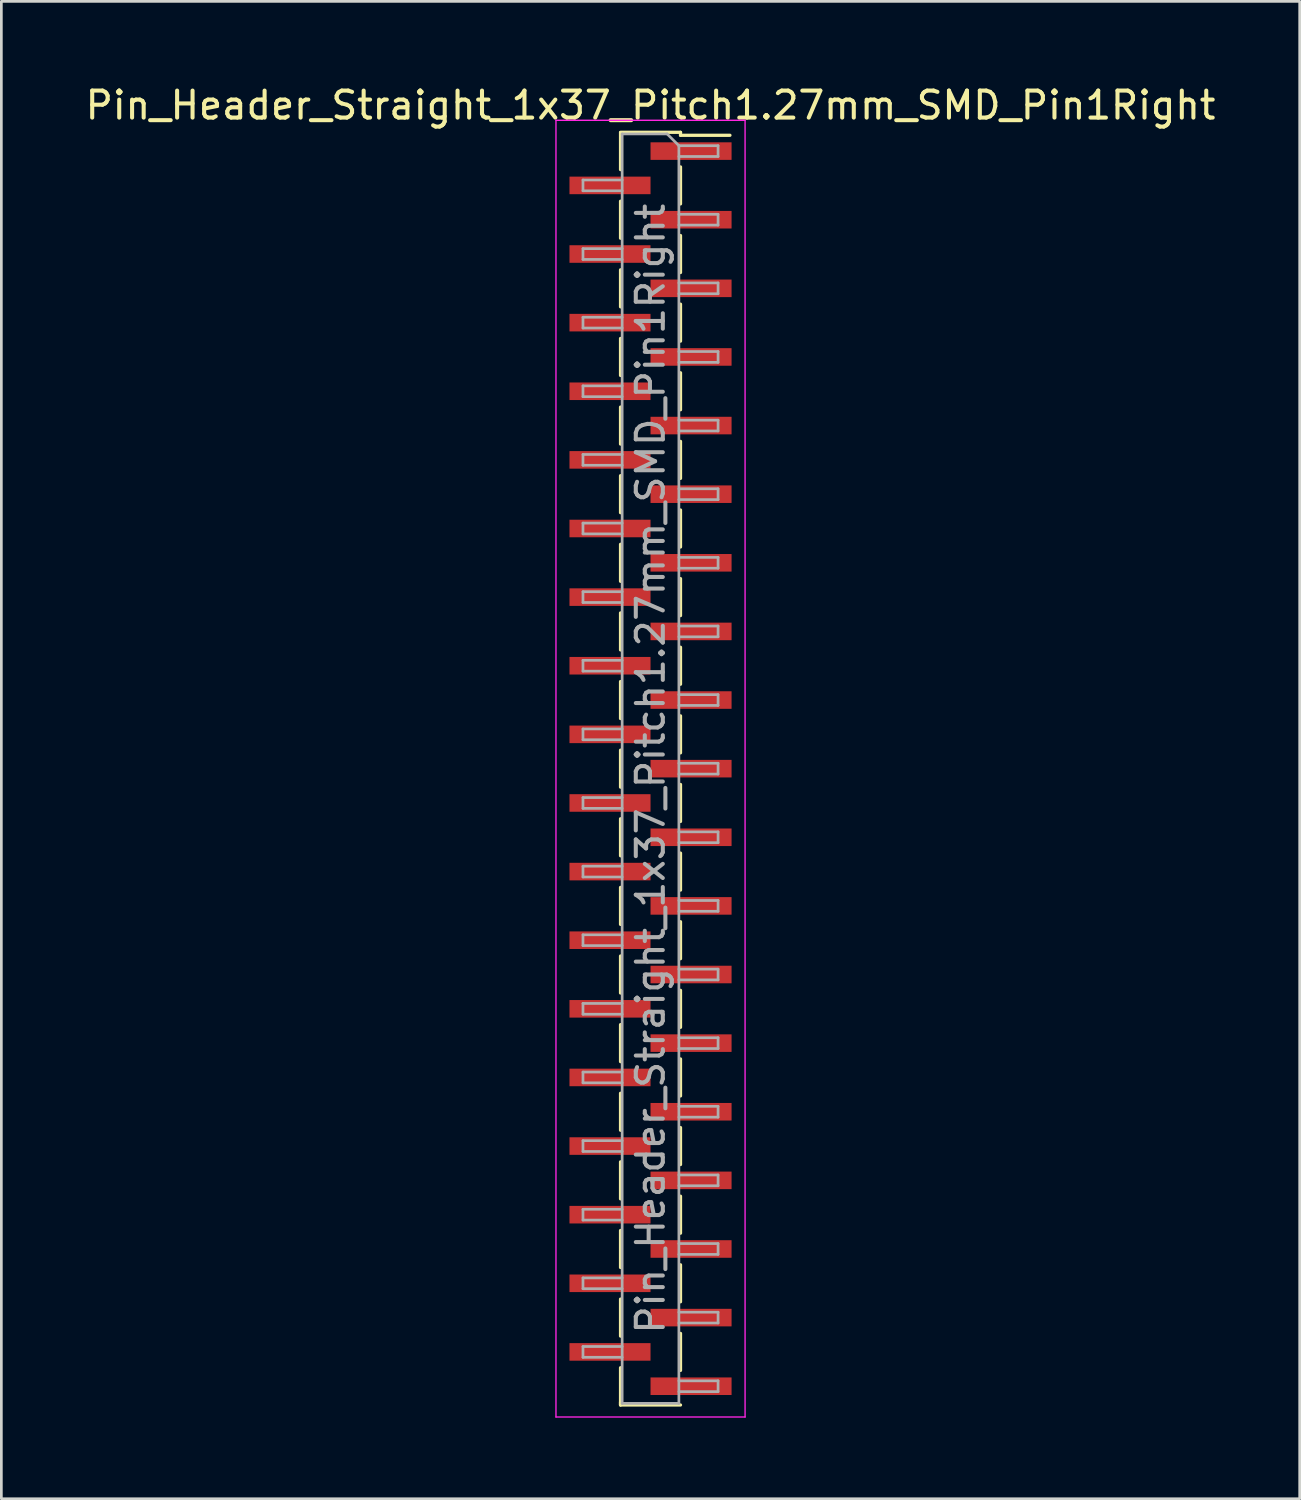
<source format=kicad_pcb>
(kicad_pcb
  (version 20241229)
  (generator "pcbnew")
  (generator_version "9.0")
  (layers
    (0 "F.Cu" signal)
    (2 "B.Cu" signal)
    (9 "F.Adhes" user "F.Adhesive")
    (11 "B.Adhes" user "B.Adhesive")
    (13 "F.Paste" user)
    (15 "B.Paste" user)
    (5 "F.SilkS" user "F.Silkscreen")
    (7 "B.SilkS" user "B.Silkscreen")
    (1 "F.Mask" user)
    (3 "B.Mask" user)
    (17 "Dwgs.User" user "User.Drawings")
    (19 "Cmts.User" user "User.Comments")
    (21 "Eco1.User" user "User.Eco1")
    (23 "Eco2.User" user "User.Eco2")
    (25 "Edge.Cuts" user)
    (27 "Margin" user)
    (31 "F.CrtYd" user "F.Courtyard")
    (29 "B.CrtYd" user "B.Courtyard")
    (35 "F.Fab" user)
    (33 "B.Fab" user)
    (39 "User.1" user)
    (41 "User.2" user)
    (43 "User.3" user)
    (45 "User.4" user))
  (footprint "Pin_Header_Straight_1x37_Pitch1.27mm_SMD_Pin1Right"
    (layer "F.Cu")
    (at 21.03 25.403)
    (property "Reference" "Pin_Header_Straight_1x37_Pitch1.27mm_SMD_Pin1Right" (at 0 -24.555 0) (layer "F.SilkS") (effects (font (size 1 1) (thickness 0.15))))
    (attr smd)
    (fp_line (start -1.11 -23.555) (end 1.11 -23.555) (stroke (width 0.12) (type solid)) (layer "F.SilkS"))
    (fp_line (start -1.11 -23.545) (end -1.11 -22.175) (stroke (width 0.12) (type solid)) (layer "F.SilkS"))
    (fp_line (start -1.11 -21.005) (end -1.11 -19.635) (stroke (width 0.12) (type solid)) (layer "F.SilkS"))
    (fp_line (start -1.11 -18.465) (end -1.11 -17.095) (stroke (width 0.12) (type solid)) (layer "F.SilkS"))
    (fp_line (start -1.11 -15.925) (end -1.11 -14.555) (stroke (width 0.12) (type solid)) (layer "F.SilkS"))
    (fp_line (start -1.11 -13.385) (end -1.11 -12.015) (stroke (width 0.12) (type solid)) (layer "F.SilkS"))
    (fp_line (start -1.11 -10.845) (end -1.11 -9.475) (stroke (width 0.12) (type solid)) (layer "F.SilkS"))
    (fp_line (start -1.11 -8.305) (end -1.11 -6.935) (stroke (width 0.12) (type solid)) (layer "F.SilkS"))
    (fp_line (start -1.11 -5.765) (end -1.11 -4.395) (stroke (width 0.12) (type solid)) (layer "F.SilkS"))
    (fp_line (start -1.11 -3.225) (end -1.11 -1.855) (stroke (width 0.12) (type solid)) (layer "F.SilkS"))
    (fp_line (start -1.11 -0.685) (end -1.11 0.685) (stroke (width 0.12) (type solid)) (layer "F.SilkS"))
    (fp_line (start -1.11 1.855) (end -1.11 3.225) (stroke (width 0.12) (type solid)) (layer "F.SilkS"))
    (fp_line (start -1.11 4.395) (end -1.11 5.765) (stroke (width 0.12) (type solid)) (layer "F.SilkS"))
    (fp_line (start -1.11 6.935) (end -1.11 8.305) (stroke (width 0.12) (type solid)) (layer "F.SilkS"))
    (fp_line (start -1.11 9.475) (end -1.11 10.845) (stroke (width 0.12) (type solid)) (layer "F.SilkS"))
    (fp_line (start -1.11 12.015) (end -1.11 13.385) (stroke (width 0.12) (type solid)) (layer "F.SilkS"))
    (fp_line (start -1.11 14.555) (end -1.11 15.925) (stroke (width 0.12) (type solid)) (layer "F.SilkS"))
    (fp_line (start -1.11 17.095) (end -1.11 18.465) (stroke (width 0.12) (type solid)) (layer "F.SilkS"))
    (fp_line (start -1.11 19.635) (end -1.11 21.005) (stroke (width 0.12) (type solid)) (layer "F.SilkS"))
    (fp_line (start -1.11 22.175) (end -1.11 23.545) (stroke (width 0.12) (type solid)) (layer "F.SilkS"))
    (fp_line (start -1.11 23.445) (end -1.11 23.555) (stroke (width 0.12) (type solid)) (layer "F.SilkS"))
    (fp_line (start -1.11 23.555) (end 1.11 23.555) (stroke (width 0.12) (type solid)) (layer "F.SilkS"))
    (fp_line (start 1.11 -23.555) (end 1.11 -23.445) (stroke (width 0.12) (type solid)) (layer "F.SilkS"))
    (fp_line (start 1.11 -23.445) (end 2.94 -23.445) (stroke (width 0.12) (type solid)) (layer "F.SilkS"))
    (fp_line (start 1.11 -22.275) (end 1.11 -20.905) (stroke (width 0.12) (type solid)) (layer "F.SilkS"))
    (fp_line (start 1.11 -19.735) (end 1.11 -18.365) (stroke (width 0.12) (type solid)) (layer "F.SilkS"))
    (fp_line (start 1.11 -17.195) (end 1.11 -15.825) (stroke (width 0.12) (type solid)) (layer "F.SilkS"))
    (fp_line (start 1.11 -14.655) (end 1.11 -13.285) (stroke (width 0.12) (type solid)) (layer "F.SilkS"))
    (fp_line (start 1.11 -12.115) (end 1.11 -10.745) (stroke (width 0.12) (type solid)) (layer "F.SilkS"))
    (fp_line (start 1.11 -9.575) (end 1.11 -8.205) (stroke (width 0.12) (type solid)) (layer "F.SilkS"))
    (fp_line (start 1.11 -7.035) (end 1.11 -5.665) (stroke (width 0.12) (type solid)) (layer "F.SilkS"))
    (fp_line (start 1.11 -4.495) (end 1.11 -3.125) (stroke (width 0.12) (type solid)) (layer "F.SilkS"))
    (fp_line (start 1.11 -1.955) (end 1.11 -0.585) (stroke (width 0.12) (type solid)) (layer "F.SilkS"))
    (fp_line (start 1.11 0.585) (end 1.11 1.955) (stroke (width 0.12) (type solid)) (layer "F.SilkS"))
    (fp_line (start 1.11 3.125) (end 1.11 4.495) (stroke (width 0.12) (type solid)) (layer "F.SilkS"))
    (fp_line (start 1.11 5.665) (end 1.11 7.035) (stroke (width 0.12) (type solid)) (layer "F.SilkS"))
    (fp_line (start 1.11 8.205) (end 1.11 9.575) (stroke (width 0.12) (type solid)) (layer "F.SilkS"))
    (fp_line (start 1.11 10.745) (end 1.11 12.115) (stroke (width 0.12) (type solid)) (layer "F.SilkS"))
    (fp_line (start 1.11 13.285) (end 1.11 14.655) (stroke (width 0.12) (type solid)) (layer "F.SilkS"))
    (fp_line (start 1.11 15.825) (end 1.11 17.195) (stroke (width 0.12) (type solid)) (layer "F.SilkS"))
    (fp_line (start 1.11 18.365) (end 1.11 19.735) (stroke (width 0.12) (type solid)) (layer "F.SilkS"))
    (fp_line (start 1.11 20.905) (end 1.11 22.275) (stroke (width 0.12) (type solid)) (layer "F.SilkS"))
    (fp_line (start -3.5 -24) (end -3.5 24) (stroke (width 0.05) (type solid)) (layer "F.CrtYd"))
    (fp_line (start -3.5 24) (end 3.5 24) (stroke (width 0.05) (type solid)) (layer "F.CrtYd"))
    (fp_line (start 3.5 -24) (end -3.5 -24) (stroke (width 0.05) (type solid)) (layer "F.CrtYd"))
    (fp_line (start 3.5 24) (end 3.5 -24) (stroke (width 0.05) (type solid)) (layer "F.CrtYd"))
    (fp_line (start -2.5 -21.79) (end -2.5 -21.39) (stroke (width 0.1) (type solid)) (layer "F.Fab"))
    (fp_line (start -2.5 -21.39) (end -1.05 -21.39) (stroke (width 0.1) (type solid)) (layer "F.Fab"))
    (fp_line (start -2.5 -19.25) (end -2.5 -18.85) (stroke (width 0.1) (type solid)) (layer "F.Fab"))
    (fp_line (start -2.5 -18.85) (end -1.05 -18.85) (stroke (width 0.1) (type solid)) (layer "F.Fab"))
    (fp_line (start -2.5 -16.71) (end -2.5 -16.31) (stroke (width 0.1) (type solid)) (layer "F.Fab"))
    (fp_line (start -2.5 -16.31) (end -1.05 -16.31) (stroke (width 0.1) (type solid)) (layer "F.Fab"))
    (fp_line (start -2.5 -14.17) (end -2.5 -13.77) (stroke (width 0.1) (type solid)) (layer "F.Fab"))
    (fp_line (start -2.5 -13.77) (end -1.05 -13.77) (stroke (width 0.1) (type solid)) (layer "F.Fab"))
    (fp_line (start -2.5 -11.63) (end -2.5 -11.23) (stroke (width 0.1) (type solid)) (layer "F.Fab"))
    (fp_line (start -2.5 -11.23) (end -1.05 -11.23) (stroke (width 0.1) (type solid)) (layer "F.Fab"))
    (fp_line (start -2.5 -9.09) (end -2.5 -8.69) (stroke (width 0.1) (type solid)) (layer "F.Fab"))
    (fp_line (start -2.5 -8.69) (end -1.05 -8.69) (stroke (width 0.1) (type solid)) (layer "F.Fab"))
    (fp_line (start -2.5 -6.55) (end -2.5 -6.15) (stroke (width 0.1) (type solid)) (layer "F.Fab"))
    (fp_line (start -2.5 -6.15) (end -1.05 -6.15) (stroke (width 0.1) (type solid)) (layer "F.Fab"))
    (fp_line (start -2.5 -4.01) (end -2.5 -3.61) (stroke (width 0.1) (type solid)) (layer "F.Fab"))
    (fp_line (start -2.5 -3.61) (end -1.05 -3.61) (stroke (width 0.1) (type solid)) (layer "F.Fab"))
    (fp_line (start -2.5 -1.47) (end -2.5 -1.07) (stroke (width 0.1) (type solid)) (layer "F.Fab"))
    (fp_line (start -2.5 -1.07) (end -1.05 -1.07) (stroke (width 0.1) (type solid)) (layer "F.Fab"))
    (fp_line (start -2.5 1.07) (end -2.5 1.47) (stroke (width 0.1) (type solid)) (layer "F.Fab"))
    (fp_line (start -2.5 1.47) (end -1.05 1.47) (stroke (width 0.1) (type solid)) (layer "F.Fab"))
    (fp_line (start -2.5 3.61) (end -2.5 4.01) (stroke (width 0.1) (type solid)) (layer "F.Fab"))
    (fp_line (start -2.5 4.01) (end -1.05 4.01) (stroke (width 0.1) (type solid)) (layer "F.Fab"))
    (fp_line (start -2.5 6.15) (end -2.5 6.55) (stroke (width 0.1) (type solid)) (layer "F.Fab"))
    (fp_line (start -2.5 6.55) (end -1.05 6.55) (stroke (width 0.1) (type solid)) (layer "F.Fab"))
    (fp_line (start -2.5 8.69) (end -2.5 9.09) (stroke (width 0.1) (type solid)) (layer "F.Fab"))
    (fp_line (start -2.5 9.09) (end -1.05 9.09) (stroke (width 0.1) (type solid)) (layer "F.Fab"))
    (fp_line (start -2.5 11.23) (end -2.5 11.63) (stroke (width 0.1) (type solid)) (layer "F.Fab"))
    (fp_line (start -2.5 11.63) (end -1.05 11.63) (stroke (width 0.1) (type solid)) (layer "F.Fab"))
    (fp_line (start -2.5 13.77) (end -2.5 14.17) (stroke (width 0.1) (type solid)) (layer "F.Fab"))
    (fp_line (start -2.5 14.17) (end -1.05 14.17) (stroke (width 0.1) (type solid)) (layer "F.Fab"))
    (fp_line (start -2.5 16.31) (end -2.5 16.71) (stroke (width 0.1) (type solid)) (layer "F.Fab"))
    (fp_line (start -2.5 16.71) (end -1.05 16.71) (stroke (width 0.1) (type solid)) (layer "F.Fab"))
    (fp_line (start -2.5 18.85) (end -2.5 19.25) (stroke (width 0.1) (type solid)) (layer "F.Fab"))
    (fp_line (start -2.5 19.25) (end -1.05 19.25) (stroke (width 0.1) (type solid)) (layer "F.Fab"))
    (fp_line (start -2.5 21.39) (end -2.5 21.79) (stroke (width 0.1) (type solid)) (layer "F.Fab"))
    (fp_line (start -2.5 21.79) (end -1.05 21.79) (stroke (width 0.1) (type solid)) (layer "F.Fab"))
    (fp_line (start -1.05 -23.495) (end -1.05 23.495) (stroke (width 0.1) (type solid)) (layer "F.Fab"))
    (fp_line (start -1.05 -23.495) (end 0.615 -23.495) (stroke (width 0.1) (type solid)) (layer "F.Fab"))
    (fp_line (start -1.05 -21.79) (end -2.5 -21.79) (stroke (width 0.1) (type solid)) (layer "F.Fab"))
    (fp_line (start -1.05 -19.25) (end -2.5 -19.25) (stroke (width 0.1) (type solid)) (layer "F.Fab"))
    (fp_line (start -1.05 -16.71) (end -2.5 -16.71) (stroke (width 0.1) (type solid)) (layer "F.Fab"))
    (fp_line (start -1.05 -14.17) (end -2.5 -14.17) (stroke (width 0.1) (type solid)) (layer "F.Fab"))
    (fp_line (start -1.05 -11.63) (end -2.5 -11.63) (stroke (width 0.1) (type solid)) (layer "F.Fab"))
    (fp_line (start -1.05 -9.09) (end -2.5 -9.09) (stroke (width 0.1) (type solid)) (layer "F.Fab"))
    (fp_line (start -1.05 -6.55) (end -2.5 -6.55) (stroke (width 0.1) (type solid)) (layer "F.Fab"))
    (fp_line (start -1.05 -4.01) (end -2.5 -4.01) (stroke (width 0.1) (type solid)) (layer "F.Fab"))
    (fp_line (start -1.05 -1.47) (end -2.5 -1.47) (stroke (width 0.1) (type solid)) (layer "F.Fab"))
    (fp_line (start -1.05 1.07) (end -2.5 1.07) (stroke (width 0.1) (type solid)) (layer "F.Fab"))
    (fp_line (start -1.05 3.61) (end -2.5 3.61) (stroke (width 0.1) (type solid)) (layer "F.Fab"))
    (fp_line (start -1.05 6.15) (end -2.5 6.15) (stroke (width 0.1) (type solid)) (layer "F.Fab"))
    (fp_line (start -1.05 8.69) (end -2.5 8.69) (stroke (width 0.1) (type solid)) (layer "F.Fab"))
    (fp_line (start -1.05 11.23) (end -2.5 11.23) (stroke (width 0.1) (type solid)) (layer "F.Fab"))
    (fp_line (start -1.05 13.77) (end -2.5 13.77) (stroke (width 0.1) (type solid)) (layer "F.Fab"))
    (fp_line (start -1.05 16.31) (end -2.5 16.31) (stroke (width 0.1) (type solid)) (layer "F.Fab"))
    (fp_line (start -1.05 18.85) (end -2.5 18.85) (stroke (width 0.1) (type solid)) (layer "F.Fab"))
    (fp_line (start -1.05 21.39) (end -2.5 21.39) (stroke (width 0.1) (type solid)) (layer "F.Fab"))
    (fp_line (start 1.05 -23.06) (end 0.615 -23.495) (stroke (width 0.1) (type solid)) (layer "F.Fab"))
    (fp_line (start 1.05 -23.06) (end 2.5 -23.06) (stroke (width 0.1) (type solid)) (layer "F.Fab"))
    (fp_line (start 1.05 -20.52) (end 2.5 -20.52) (stroke (width 0.1) (type solid)) (layer "F.Fab"))
    (fp_line (start 1.05 -17.98) (end 2.5 -17.98) (stroke (width 0.1) (type solid)) (layer "F.Fab"))
    (fp_line (start 1.05 -15.44) (end 2.5 -15.44) (stroke (width 0.1) (type solid)) (layer "F.Fab"))
    (fp_line (start 1.05 -12.9) (end 2.5 -12.9) (stroke (width 0.1) (type solid)) (layer "F.Fab"))
    (fp_line (start 1.05 -10.36) (end 2.5 -10.36) (stroke (width 0.1) (type solid)) (layer "F.Fab"))
    (fp_line (start 1.05 -7.82) (end 2.5 -7.82) (stroke (width 0.1) (type solid)) (layer "F.Fab"))
    (fp_line (start 1.05 -5.28) (end 2.5 -5.28) (stroke (width 0.1) (type solid)) (layer "F.Fab"))
    (fp_line (start 1.05 -2.74) (end 2.5 -2.74) (stroke (width 0.1) (type solid)) (layer "F.Fab"))
    (fp_line (start 1.05 -0.2) (end 2.5 -0.2) (stroke (width 0.1) (type solid)) (layer "F.Fab"))
    (fp_line (start 1.05 2.34) (end 2.5 2.34) (stroke (width 0.1) (type solid)) (layer "F.Fab"))
    (fp_line (start 1.05 4.88) (end 2.5 4.88) (stroke (width 0.1) (type solid)) (layer "F.Fab"))
    (fp_line (start 1.05 7.42) (end 2.5 7.42) (stroke (width 0.1) (type solid)) (layer "F.Fab"))
    (fp_line (start 1.05 9.96) (end 2.5 9.96) (stroke (width 0.1) (type solid)) (layer "F.Fab"))
    (fp_line (start 1.05 12.5) (end 2.5 12.5) (stroke (width 0.1) (type solid)) (layer "F.Fab"))
    (fp_line (start 1.05 15.04) (end 2.5 15.04) (stroke (width 0.1) (type solid)) (layer "F.Fab"))
    (fp_line (start 1.05 17.58) (end 2.5 17.58) (stroke (width 0.1) (type solid)) (layer "F.Fab"))
    (fp_line (start 1.05 20.12) (end 2.5 20.12) (stroke (width 0.1) (type solid)) (layer "F.Fab"))
    (fp_line (start 1.05 22.66) (end 2.5 22.66) (stroke (width 0.1) (type solid)) (layer "F.Fab"))
    (fp_line (start 1.05 23.495) (end -1.05 23.495) (stroke (width 0.1) (type solid)) (layer "F.Fab"))
    (fp_line (start 1.05 23.495) (end 1.05 -23.06) (stroke (width 0.1) (type solid)) (layer "F.Fab"))
    (fp_line (start 2.5 -23.06) (end 2.5 -22.66) (stroke (width 0.1) (type solid)) (layer "F.Fab"))
    (fp_line (start 2.5 -22.66) (end 1.05 -22.66) (stroke (width 0.1) (type solid)) (layer "F.Fab"))
    (fp_line (start 2.5 -20.52) (end 2.5 -20.12) (stroke (width 0.1) (type solid)) (layer "F.Fab"))
    (fp_line (start 2.5 -20.12) (end 1.05 -20.12) (stroke (width 0.1) (type solid)) (layer "F.Fab"))
    (fp_line (start 2.5 -17.98) (end 2.5 -17.58) (stroke (width 0.1) (type solid)) (layer "F.Fab"))
    (fp_line (start 2.5 -17.58) (end 1.05 -17.58) (stroke (width 0.1) (type solid)) (layer "F.Fab"))
    (fp_line (start 2.5 -15.44) (end 2.5 -15.04) (stroke (width 0.1) (type solid)) (layer "F.Fab"))
    (fp_line (start 2.5 -15.04) (end 1.05 -15.04) (stroke (width 0.1) (type solid)) (layer "F.Fab"))
    (fp_line (start 2.5 -12.9) (end 2.5 -12.5) (stroke (width 0.1) (type solid)) (layer "F.Fab"))
    (fp_line (start 2.5 -12.5) (end 1.05 -12.5) (stroke (width 0.1) (type solid)) (layer "F.Fab"))
    (fp_line (start 2.5 -10.36) (end 2.5 -9.96) (stroke (width 0.1) (type solid)) (layer "F.Fab"))
    (fp_line (start 2.5 -9.96) (end 1.05 -9.96) (stroke (width 0.1) (type solid)) (layer "F.Fab"))
    (fp_line (start 2.5 -7.82) (end 2.5 -7.42) (stroke (width 0.1) (type solid)) (layer "F.Fab"))
    (fp_line (start 2.5 -7.42) (end 1.05 -7.42) (stroke (width 0.1) (type solid)) (layer "F.Fab"))
    (fp_line (start 2.5 -5.28) (end 2.5 -4.88) (stroke (width 0.1) (type solid)) (layer "F.Fab"))
    (fp_line (start 2.5 -4.88) (end 1.05 -4.88) (stroke (width 0.1) (type solid)) (layer "F.Fab"))
    (fp_line (start 2.5 -2.74) (end 2.5 -2.34) (stroke (width 0.1) (type solid)) (layer "F.Fab"))
    (fp_line (start 2.5 -2.34) (end 1.05 -2.34) (stroke (width 0.1) (type solid)) (layer "F.Fab"))
    (fp_line (start 2.5 -0.2) (end 2.5 0.2) (stroke (width 0.1) (type solid)) (layer "F.Fab"))
    (fp_line (start 2.5 0.2) (end 1.05 0.2) (stroke (width 0.1) (type solid)) (layer "F.Fab"))
    (fp_line (start 2.5 2.34) (end 2.5 2.74) (stroke (width 0.1) (type solid)) (layer "F.Fab"))
    (fp_line (start 2.5 2.74) (end 1.05 2.74) (stroke (width 0.1) (type solid)) (layer "F.Fab"))
    (fp_line (start 2.5 4.88) (end 2.5 5.28) (stroke (width 0.1) (type solid)) (layer "F.Fab"))
    (fp_line (start 2.5 5.28) (end 1.05 5.28) (stroke (width 0.1) (type solid)) (layer "F.Fab"))
    (fp_line (start 2.5 7.42) (end 2.5 7.82) (stroke (width 0.1) (type solid)) (layer "F.Fab"))
    (fp_line (start 2.5 7.82) (end 1.05 7.82) (stroke (width 0.1) (type solid)) (layer "F.Fab"))
    (fp_line (start 2.5 9.96) (end 2.5 10.36) (stroke (width 0.1) (type solid)) (layer "F.Fab"))
    (fp_line (start 2.5 10.36) (end 1.05 10.36) (stroke (width 0.1) (type solid)) (layer "F.Fab"))
    (fp_line (start 2.5 12.5) (end 2.5 12.9) (stroke (width 0.1) (type solid)) (layer "F.Fab"))
    (fp_line (start 2.5 12.9) (end 1.05 12.9) (stroke (width 0.1) (type solid)) (layer "F.Fab"))
    (fp_line (start 2.5 15.04) (end 2.5 15.44) (stroke (width 0.1) (type solid)) (layer "F.Fab"))
    (fp_line (start 2.5 15.44) (end 1.05 15.44) (stroke (width 0.1) (type solid)) (layer "F.Fab"))
    (fp_line (start 2.5 17.58) (end 2.5 17.98) (stroke (width 0.1) (type solid)) (layer "F.Fab"))
    (fp_line (start 2.5 17.98) (end 1.05 17.98) (stroke (width 0.1) (type solid)) (layer "F.Fab"))
    (fp_line (start 2.5 20.12) (end 2.5 20.52) (stroke (width 0.1) (type solid)) (layer "F.Fab"))
    (fp_line (start 2.5 20.52) (end 1.05 20.52) (stroke (width 0.1) (type solid)) (layer "F.Fab"))
    (fp_line (start 2.5 22.66) (end 2.5 23.06) (stroke (width 0.1) (type solid)) (layer "F.Fab"))
    (fp_line (start 2.5 23.06) (end 1.05 23.06) (stroke (width 0.1) (type solid)) (layer "F.Fab"))
    (fp_text user "${REFERENCE}" (at 0 0 90) (layer "F.Fab") (effects (font (size 1 1) (thickness 0.15))))
    (pad "1" smd rect (at 1.5 -22.86) (size 3 0.65) (layers "F.Cu" "F.Mask" "F.Paste"))
    (pad "2" smd rect (at -1.5 -21.59) (size 3 0.65) (layers "F.Cu" "F.Mask" "F.Paste"))
    (pad "3" smd rect (at 1.5 -20.32) (size 3 0.65) (layers "F.Cu" "F.Mask" "F.Paste"))
    (pad "4" smd rect (at -1.5 -19.05) (size 3 0.65) (layers "F.Cu" "F.Mask" "F.Paste"))
    (pad "5" smd rect (at 1.5 -17.78) (size 3 0.65) (layers "F.Cu" "F.Mask" "F.Paste"))
    (pad "6" smd rect (at -1.5 -16.51) (size 3 0.65) (layers "F.Cu" "F.Mask" "F.Paste"))
    (pad "7" smd rect (at 1.5 -15.24) (size 3 0.65) (layers "F.Cu" "F.Mask" "F.Paste"))
    (pad "8" smd rect (at -1.5 -13.97) (size 3 0.65) (layers "F.Cu" "F.Mask" "F.Paste"))
    (pad "9" smd rect (at 1.5 -12.7) (size 3 0.65) (layers "F.Cu" "F.Mask" "F.Paste"))
    (pad "10" smd rect (at -1.5 -11.43) (size 3 0.65) (layers "F.Cu" "F.Mask" "F.Paste"))
    (pad "11" smd rect (at 1.5 -10.16) (size 3 0.65) (layers "F.Cu" "F.Mask" "F.Paste"))
    (pad "12" smd rect (at -1.5 -8.89) (size 3 0.65) (layers "F.Cu" "F.Mask" "F.Paste"))
    (pad "13" smd rect (at 1.5 -7.62) (size 3 0.65) (layers "F.Cu" "F.Mask" "F.Paste"))
    (pad "14" smd rect (at -1.5 -6.35) (size 3 0.65) (layers "F.Cu" "F.Mask" "F.Paste"))
    (pad "15" smd rect (at 1.5 -5.08) (size 3 0.65) (layers "F.Cu" "F.Mask" "F.Paste"))
    (pad "16" smd rect (at -1.5 -3.81) (size 3 0.65) (layers "F.Cu" "F.Mask" "F.Paste"))
    (pad "17" smd rect (at 1.5 -2.54) (size 3 0.65) (layers "F.Cu" "F.Mask" "F.Paste"))
    (pad "18" smd rect (at -1.5 -1.27) (size 3 0.65) (layers "F.Cu" "F.Mask" "F.Paste"))
    (pad "19" smd rect (at 1.5 0) (size 3 0.65) (layers "F.Cu" "F.Mask" "F.Paste"))
    (pad "20" smd rect (at -1.5 1.27) (size 3 0.65) (layers "F.Cu" "F.Mask" "F.Paste"))
    (pad "21" smd rect (at 1.5 2.54) (size 3 0.65) (layers "F.Cu" "F.Mask" "F.Paste"))
    (pad "22" smd rect (at -1.5 3.81) (size 3 0.65) (layers "F.Cu" "F.Mask" "F.Paste"))
    (pad "23" smd rect (at 1.5 5.08) (size 3 0.65) (layers "F.Cu" "F.Mask" "F.Paste"))
    (pad "24" smd rect (at -1.5 6.35) (size 3 0.65) (layers "F.Cu" "F.Mask" "F.Paste"))
    (pad "25" smd rect (at 1.5 7.62) (size 3 0.65) (layers "F.Cu" "F.Mask" "F.Paste"))
    (pad "26" smd rect (at -1.5 8.89) (size 3 0.65) (layers "F.Cu" "F.Mask" "F.Paste"))
    (pad "27" smd rect (at 1.5 10.16) (size 3 0.65) (layers "F.Cu" "F.Mask" "F.Paste"))
    (pad "28" smd rect (at -1.5 11.43) (size 3 0.65) (layers "F.Cu" "F.Mask" "F.Paste"))
    (pad "29" smd rect (at 1.5 12.7) (size 3 0.65) (layers "F.Cu" "F.Mask" "F.Paste"))
    (pad "30" smd rect (at -1.5 13.97) (size 3 0.65) (layers "F.Cu" "F.Mask" "F.Paste"))
    (pad "31" smd rect (at 1.5 15.24) (size 3 0.65) (layers "F.Cu" "F.Mask" "F.Paste"))
    (pad "32" smd rect (at -1.5 16.51) (size 3 0.65) (layers "F.Cu" "F.Mask" "F.Paste"))
    (pad "33" smd rect (at 1.5 17.78) (size 3 0.65) (layers "F.Cu" "F.Mask" "F.Paste"))
    (pad "34" smd rect (at -1.5 19.05) (size 3 0.65) (layers "F.Cu" "F.Mask" "F.Paste"))
    (pad "35" smd rect (at 1.5 20.32) (size 3 0.65) (layers "F.Cu" "F.Mask" "F.Paste"))
    (pad "36" smd rect (at -1.5 21.59) (size 3 0.65) (layers "F.Cu" "F.Mask" "F.Paste"))
    (pad "37" smd rect (at 1.5 22.86) (size 3 0.65) (layers "F.Cu" "F.Mask" "F.Paste")))
  (gr_rect
    (start -3 -3)
    (end 45.06 52.428)
    (stroke (width 0.1) (type default))
    (fill no)
    (layer "Edge.Cuts")))
</source>
